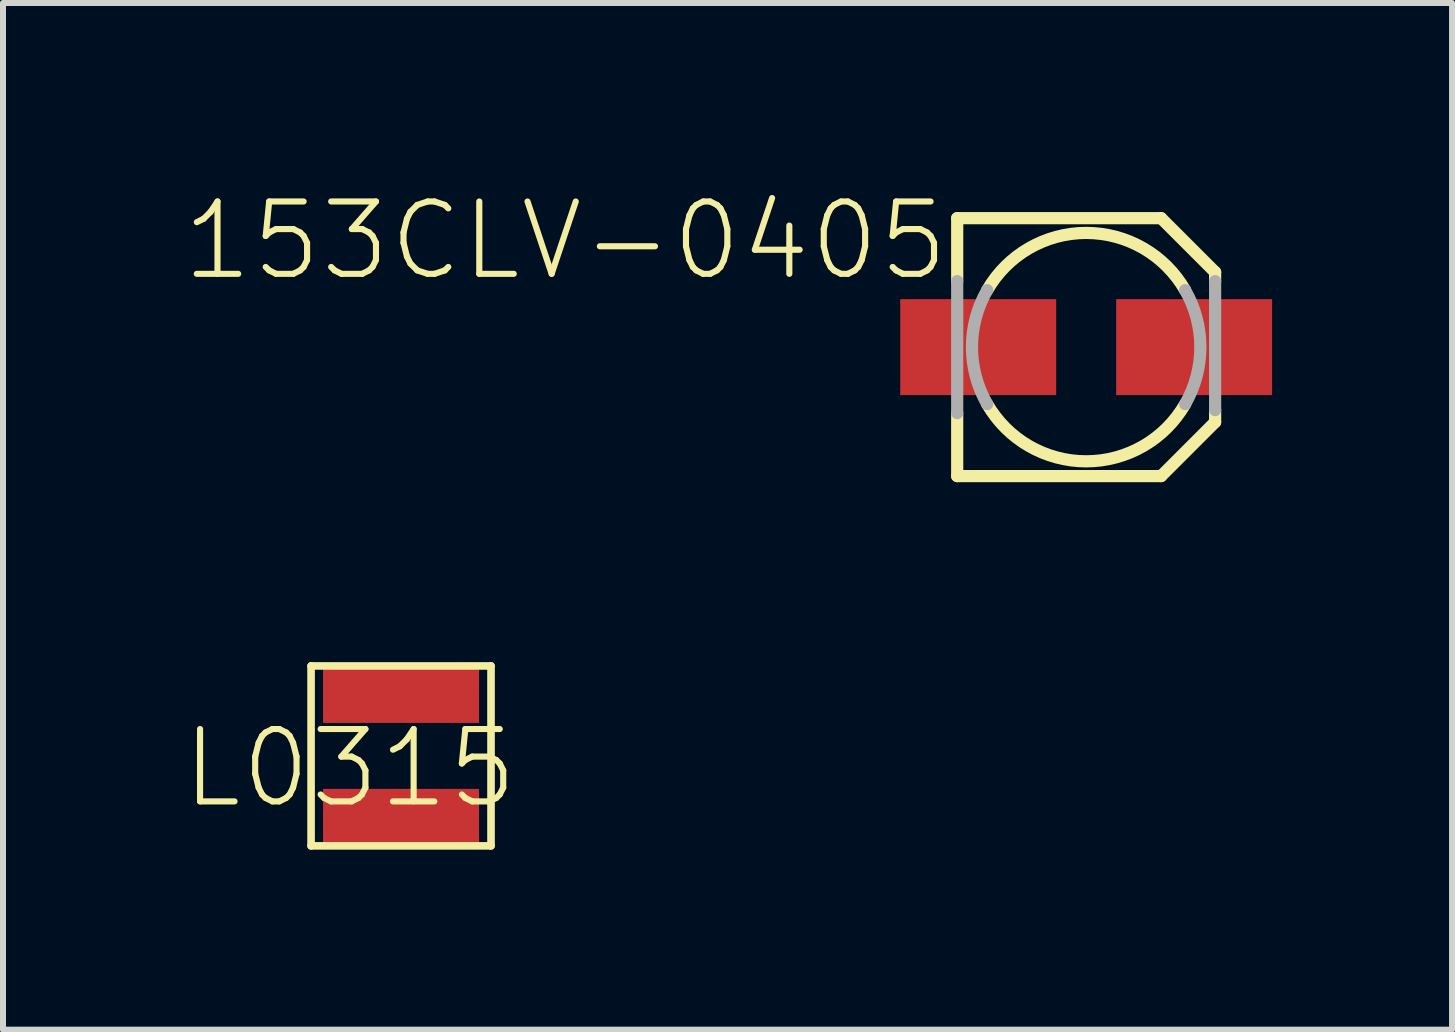
<source format=kicad_pcb>
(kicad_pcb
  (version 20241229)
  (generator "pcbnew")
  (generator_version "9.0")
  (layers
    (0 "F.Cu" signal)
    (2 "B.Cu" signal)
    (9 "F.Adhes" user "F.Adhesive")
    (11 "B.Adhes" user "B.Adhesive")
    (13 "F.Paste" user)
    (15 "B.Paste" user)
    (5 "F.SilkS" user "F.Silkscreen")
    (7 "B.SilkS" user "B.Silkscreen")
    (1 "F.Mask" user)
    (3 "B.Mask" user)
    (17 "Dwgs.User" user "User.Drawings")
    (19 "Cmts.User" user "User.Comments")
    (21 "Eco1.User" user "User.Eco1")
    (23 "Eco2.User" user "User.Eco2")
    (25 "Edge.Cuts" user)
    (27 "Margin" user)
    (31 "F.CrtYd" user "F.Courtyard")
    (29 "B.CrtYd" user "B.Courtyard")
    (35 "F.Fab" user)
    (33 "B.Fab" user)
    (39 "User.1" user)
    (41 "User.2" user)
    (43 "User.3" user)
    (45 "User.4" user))
  (footprint "L0315"
    (layer "F.Cu")
    (at 3.636 9.552)
    (property "Reference" "L0315" (at 2 -0.5 0) (layer "F.SilkS") (effects (font (size 1.206 1.206) (thickness 0.102)) (justify right top)))
    (attr through_hole)
    (fp_line (start -1.5 -1.5) (end 1.5 -1.5) (stroke (width 0.127) (type solid)) (layer "F.SilkS"))
    (fp_line (start -1.5 1.5) (end -1.5 -1.5) (stroke (width 0.127) (type solid)) (layer "F.SilkS"))
    (fp_line (start 1.5 -1.5) (end 1.5 1.5) (stroke (width 0.127) (type solid)) (layer "F.SilkS"))
    (fp_line (start 1.5 1.5) (end -1.5 1.5) (stroke (width 0.127) (type solid)) (layer "F.SilkS"))
    (pad "1" smd rect (at 0 -1) (size 2.6 0.9) (layers "F.Cu" "F.Mask" "F.Paste"))
    (pad "2" smd rect (at 0 1) (size 2.6 0.9) (layers "F.Cu" "F.Mask" "F.Paste")))
  (footprint "153CLV-0405"
    (layer "F.Cu")
    (at 15.058 2.737)
    (property "Reference" "153CLV-0405" (at -2.24 -2.48 0) (layer "F.SilkS") (effects (font (size 1.206 1.206) (thickness 0.102)) (justify right top)))
    (attr through_hole)
    (fp_line (start -2.15 -2.15) (end 1.25 -2.15) (stroke (width 0.203) (type solid)) (layer "F.SilkS"))
    (fp_line (start -2.15 -1.1) (end -2.15 -2.15) (stroke (width 0.203) (type solid)) (layer "F.SilkS"))
    (fp_line (start -2.15 2.15) (end -2.15 1.1) (stroke (width 0.203) (type solid)) (layer "F.SilkS"))
    (fp_line (start 1.25 -2.15) (end 2.15 -1.25) (stroke (width 0.203) (type solid)) (layer "F.SilkS"))
    (fp_line (start 1.25 2.15) (end -2.15 2.15) (stroke (width 0.203) (type solid)) (layer "F.SilkS"))
    (fp_line (start 2.15 -1.25) (end 2.15 -1.1) (stroke (width 0.203) (type solid)) (layer "F.SilkS"))
    (fp_line (start 2.15 1.05) (end 2.15 1.25) (stroke (width 0.203) (type solid)) (layer "F.SilkS"))
    (fp_line (start 2.15 1.25) (end 1.25 2.15) (stroke (width 0.203) (type solid)) (layer "F.SilkS"))
    (fp_arc (start -1.65 -0.95) (mid 0 -1.903943) (end 1.65 -0.95) (stroke (width 0.2032) (type solid)) (layer "F.SilkS"))
    (fp_arc (start 1.65 0.95) (mid 0 1.903943) (end -1.65 0.95) (stroke (width 0.2032) (type solid)) (layer "F.SilkS"))
    (fp_line (start -2.15 1.1) (end -2.15 -1.1) (stroke (width 0.203) (type solid)) (layer "F.Fab"))
    (fp_line (start 2.15 -1.1) (end 2.15 1.05) (stroke (width 0.203) (type solid)) (layer "F.Fab"))
    (fp_arc (start -1.65 0.95) (mid -1.903943 0) (end -1.65 -0.95) (stroke (width 0.2032) (type solid)) (layer "F.Fab"))
    (fp_arc (start 1.65 -0.95) (mid 1.903943 0) (end 1.65 0.95) (stroke (width 0.2032) (type solid)) (layer "F.Fab"))
    (pad "1" smd rect (at 1.8 0) (size 2.6 1.6) (layers "F.Cu" "F.Mask" "F.Paste"))
    (pad "2" smd rect (at -1.8 0) (size 2.6 1.6) (layers "F.Cu" "F.Mask" "F.Paste")))
  (gr_rect
    (start -3 -3)
    (end 21.158 14.116)
    (stroke (width 0.1) (type default))
    (fill no)
    (layer "Edge.Cuts")))
</source>
